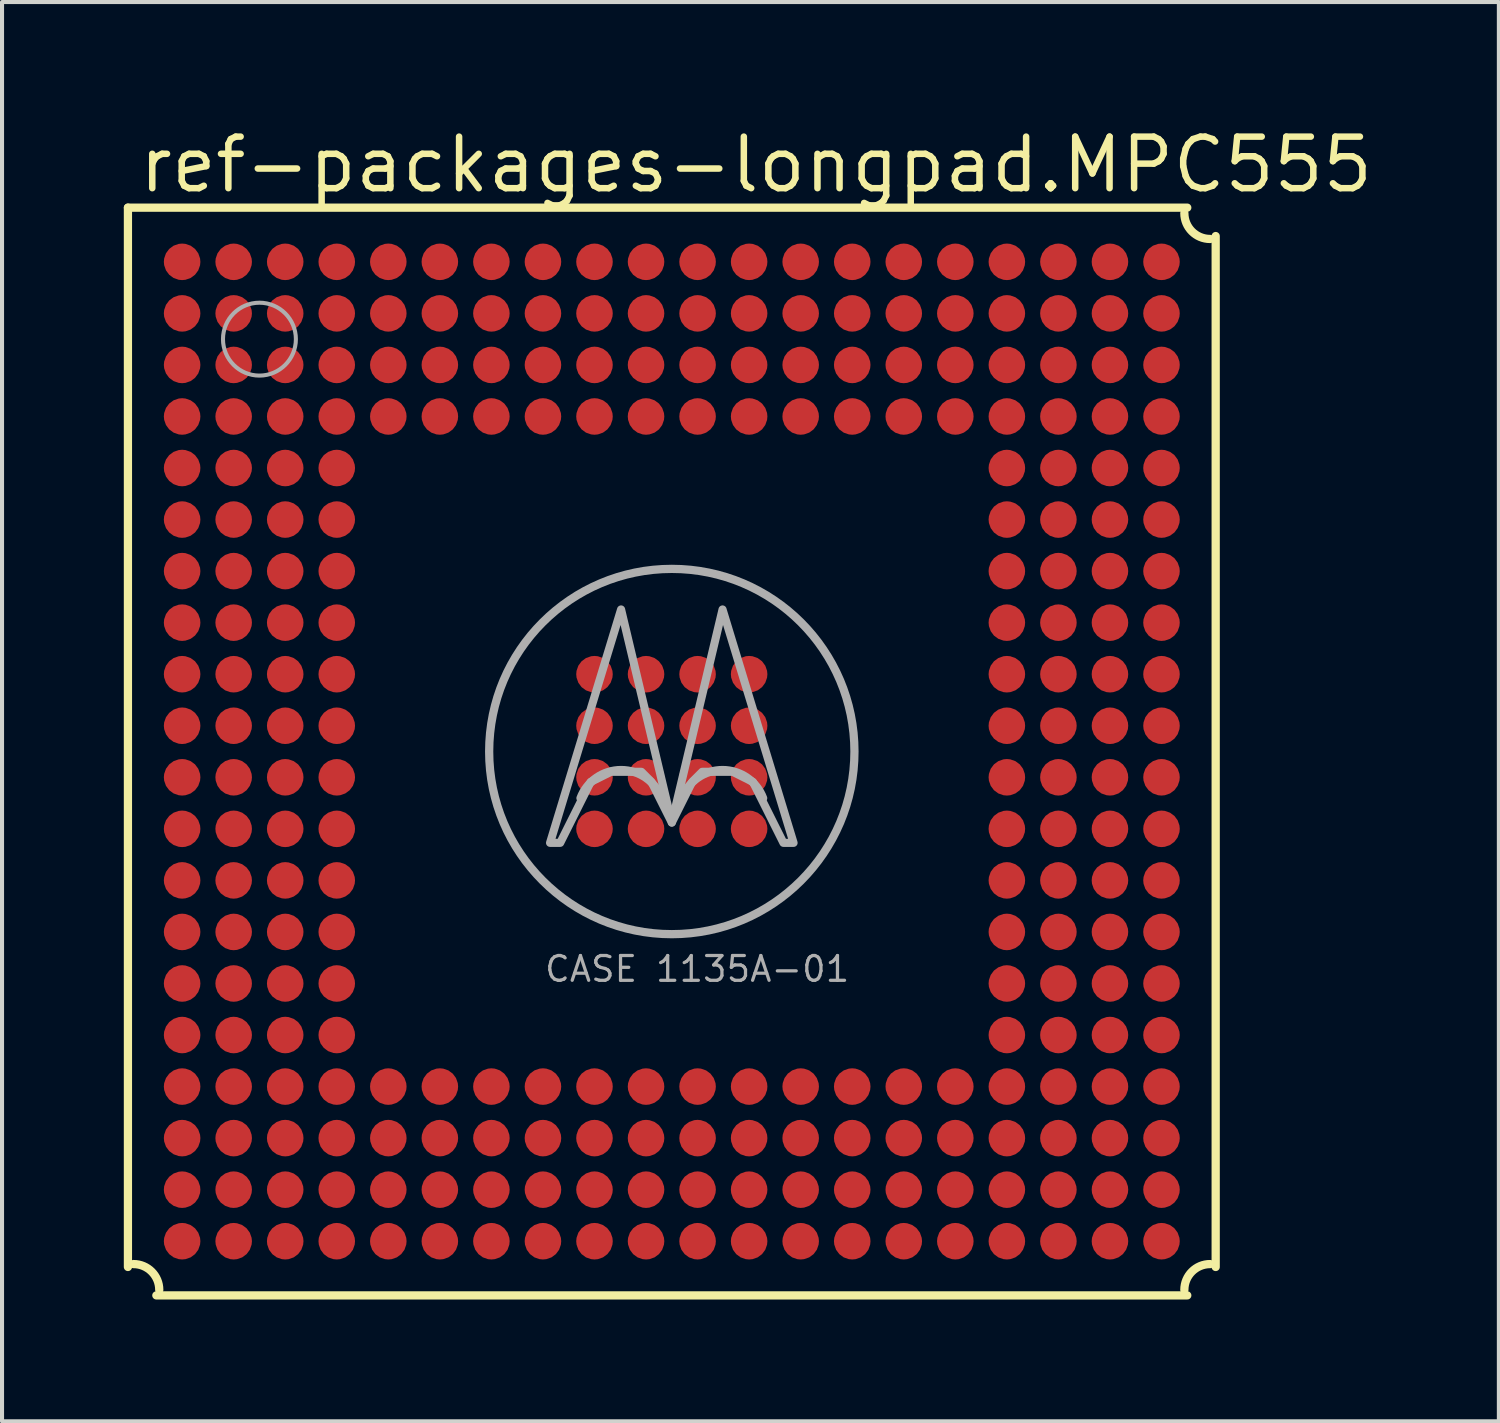
<source format=kicad_pcb>
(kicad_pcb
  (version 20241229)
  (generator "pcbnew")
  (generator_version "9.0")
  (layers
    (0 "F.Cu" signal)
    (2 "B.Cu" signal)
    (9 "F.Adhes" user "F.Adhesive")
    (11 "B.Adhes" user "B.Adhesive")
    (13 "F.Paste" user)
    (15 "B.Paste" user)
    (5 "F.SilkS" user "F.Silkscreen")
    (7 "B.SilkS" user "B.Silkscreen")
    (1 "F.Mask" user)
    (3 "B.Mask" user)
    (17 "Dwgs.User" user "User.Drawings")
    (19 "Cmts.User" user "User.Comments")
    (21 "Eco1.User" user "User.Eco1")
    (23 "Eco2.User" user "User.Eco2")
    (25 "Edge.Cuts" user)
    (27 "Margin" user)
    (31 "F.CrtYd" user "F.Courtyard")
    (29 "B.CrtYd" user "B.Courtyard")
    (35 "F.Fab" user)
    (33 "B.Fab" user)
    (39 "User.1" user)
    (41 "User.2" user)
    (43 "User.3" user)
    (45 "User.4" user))
  (footprint "ref-packages-longpad.MPC555"
    (layer "F.Cu")
    (at 13.502 15.466)
    (property "Reference" "ref-packages-longpad.MPC555" (at -13.208 -13.716 0) (layer "F.SilkS") (effects (font (size 1.27 1.27) (thickness 0.16)) (justify left bottom)))
    (attr smd)
    (fp_line (start -13.4 -13.4) (end -13.4 12.7) (stroke (width 0.203) (type default)) (layer "F.SilkS"))
    (fp_line (start -12.7 13.4) (end 12.7 13.4) (stroke (width 0.203) (type default)) (layer "F.SilkS"))
    (fp_line (start 12.7 -13.4) (end -13.4 -13.4) (stroke (width 0.203) (type default)) (layer "F.SilkS"))
    (fp_line (start 13.4 12.7) (end 13.4 -12.7) (stroke (width 0.203) (type default)) (layer "F.SilkS"))
    (fp_arc (start -13.2632 12.6282) (mid -12.814187 12.814187) (end -12.6282 13.2632) (stroke (width 0.2032) (type default)) (layer "F.SilkS"))
    (fp_arc (start 12.6282 13.2632) (mid 12.814187 12.814187) (end 13.2632 12.6282) (stroke (width 0.2032) (type default)) (layer "F.SilkS"))
    (fp_arc (start 13.2632 -12.6282) (mid 12.814187 -12.814187) (end 12.6282 -13.2632) (stroke (width 0.2032) (type default)) (layer "F.SilkS"))
    (fp_arc (start -2.25 1.1484) (mid -1.25 0.455983) (end -0.25 1.1484) (stroke (width 0.2032) (type default)) (layer "F.Fab"))
    (fp_arc (start 0.25 1.1484) (mid 1.25 0.455983) (end 2.25 1.1484) (stroke (width 0.2032) (type default)) (layer "F.Fab"))
    (fp_circle (center -10.16 -10.16) (end -9.262 -10.16) (stroke (width 0.1) (type default)) (fill no) (layer "F.Fab"))
    (fp_circle (center 0 0) (end 4.5 0) (stroke (width 0.203) (type default)) (fill no) (layer "F.Fab"))
    (fp_poly (pts (xy -3 2.25) (xy -1.25 -3.5) (xy 0 1.75) (xy -0.5 0.75) (xy -0.75 0.5) (xy -1.5 0.5) (xy -2 0.75) (xy -2.75 2.25)) (stroke (width 0.2) (type default)) (fill no) (layer "F.Fab"))
    (fp_poly (pts (xy 3 2.25) (xy 1.25 -3.5) (xy 0 1.75) (xy 0.5 0.75) (xy 0.75 0.5) (xy 1.5 0.5) (xy 2 0.75) (xy 2.75 2.25)) (stroke (width 0.2) (type default)) (fill no) (layer "F.Fab"))
    (fp_text user "CASE 1135A-01" (at -3.175 5.715 0) (layer "F.Fab") (effects (font (size 0.61 0.61) (thickness 0.08)) (justify left bottom)))
    (pad "A1" smd roundrect (at -12.065 -12.065) (size 0.9 0.9) (layers "F.Cu" "F.Mask" "F.Paste") (roundrect_rratio 0.5))
    (pad "A2" smd roundrect (at -10.795 -12.065) (size 0.9 0.9) (layers "F.Cu" "F.Mask" "F.Paste") (roundrect_rratio 0.5))
    (pad "A3" smd roundrect (at -9.525 -12.065) (size 0.9 0.9) (layers "F.Cu" "F.Mask" "F.Paste") (roundrect_rratio 0.5))
    (pad "A4" smd roundrect (at -8.255 -12.065) (size 0.9 0.9) (layers "F.Cu" "F.Mask" "F.Paste") (roundrect_rratio 0.5))
    (pad "A5" smd roundrect (at -6.985 -12.065) (size 0.9 0.9) (layers "F.Cu" "F.Mask" "F.Paste") (roundrect_rratio 0.5))
    (pad "A6" smd roundrect (at -5.715 -12.065) (size 0.9 0.9) (layers "F.Cu" "F.Mask" "F.Paste") (roundrect_rratio 0.5))
    (pad "A7" smd roundrect (at -4.445 -12.065) (size 0.9 0.9) (layers "F.Cu" "F.Mask" "F.Paste") (roundrect_rratio 0.5))
    (pad "A8" smd roundrect (at -3.175 -12.065) (size 0.9 0.9) (layers "F.Cu" "F.Mask" "F.Paste") (roundrect_rratio 0.5))
    (pad "A9" smd roundrect (at -1.905 -12.065) (size 0.9 0.9) (layers "F.Cu" "F.Mask" "F.Paste") (roundrect_rratio 0.5))
    (pad "A10" smd roundrect (at -0.635 -12.065) (size 0.9 0.9) (layers "F.Cu" "F.Mask" "F.Paste") (roundrect_rratio 0.5))
    (pad "A11" smd roundrect (at 0.635 -12.065) (size 0.9 0.9) (layers "F.Cu" "F.Mask" "F.Paste") (roundrect_rratio 0.5))
    (pad "A12" smd roundrect (at 1.905 -12.065) (size 0.9 0.9) (layers "F.Cu" "F.Mask" "F.Paste") (roundrect_rratio 0.5))
    (pad "A13" smd roundrect (at 3.175 -12.065) (size 0.9 0.9) (layers "F.Cu" "F.Mask" "F.Paste") (roundrect_rratio 0.5))
    (pad "A14" smd roundrect (at 4.445 -12.065) (size 0.9 0.9) (layers "F.Cu" "F.Mask" "F.Paste") (roundrect_rratio 0.5))
    (pad "A15" smd roundrect (at 5.715 -12.065) (size 0.9 0.9) (layers "F.Cu" "F.Mask" "F.Paste") (roundrect_rratio 0.5))
    (pad "A16" smd roundrect (at 6.985 -12.065) (size 0.9 0.9) (layers "F.Cu" "F.Mask" "F.Paste") (roundrect_rratio 0.5))
    (pad "A17" smd roundrect (at 8.255 -12.065) (size 0.9 0.9) (layers "F.Cu" "F.Mask" "F.Paste") (roundrect_rratio 0.5))
    (pad "A18" smd roundrect (at 9.525 -12.065) (size 0.9 0.9) (layers "F.Cu" "F.Mask" "F.Paste") (roundrect_rratio 0.5))
    (pad "A19" smd roundrect (at 10.795 -12.065) (size 0.9 0.9) (layers "F.Cu" "F.Mask" "F.Paste") (roundrect_rratio 0.5))
    (pad "A20" smd roundrect (at 12.065 -12.065) (size 0.9 0.9) (layers "F.Cu" "F.Mask" "F.Paste") (roundrect_rratio 0.5))
    (pad "B1" smd roundrect (at -12.065 -10.795) (size 0.9 0.9) (layers "F.Cu" "F.Mask" "F.Paste") (roundrect_rratio 0.5))
    (pad "B2" smd roundrect (at -10.795 -10.795) (size 0.9 0.9) (layers "F.Cu" "F.Mask" "F.Paste") (roundrect_rratio 0.5))
    (pad "B3" smd roundrect (at -9.525 -10.795) (size 0.9 0.9) (layers "F.Cu" "F.Mask" "F.Paste") (roundrect_rratio 0.5))
    (pad "B4" smd roundrect (at -8.255 -10.795) (size 0.9 0.9) (layers "F.Cu" "F.Mask" "F.Paste") (roundrect_rratio 0.5))
    (pad "B5" smd roundrect (at -6.985 -10.795) (size 0.9 0.9) (layers "F.Cu" "F.Mask" "F.Paste") (roundrect_rratio 0.5))
    (pad "B6" smd roundrect (at -5.715 -10.795) (size 0.9 0.9) (layers "F.Cu" "F.Mask" "F.Paste") (roundrect_rratio 0.5))
    (pad "B7" smd roundrect (at -4.445 -10.795) (size 0.9 0.9) (layers "F.Cu" "F.Mask" "F.Paste") (roundrect_rratio 0.5))
    (pad "B8" smd roundrect (at -3.175 -10.795) (size 0.9 0.9) (layers "F.Cu" "F.Mask" "F.Paste") (roundrect_rratio 0.5))
    (pad "B9" smd roundrect (at -1.905 -10.795) (size 0.9 0.9) (layers "F.Cu" "F.Mask" "F.Paste") (roundrect_rratio 0.5))
    (pad "B10" smd roundrect (at -0.635 -10.795) (size 0.9 0.9) (layers "F.Cu" "F.Mask" "F.Paste") (roundrect_rratio 0.5))
    (pad "B11" smd roundrect (at 0.635 -10.795) (size 0.9 0.9) (layers "F.Cu" "F.Mask" "F.Paste") (roundrect_rratio 0.5))
    (pad "B12" smd roundrect (at 1.905 -10.795) (size 0.9 0.9) (layers "F.Cu" "F.Mask" "F.Paste") (roundrect_rratio 0.5))
    (pad "B13" smd roundrect (at 3.175 -10.795) (size 0.9 0.9) (layers "F.Cu" "F.Mask" "F.Paste") (roundrect_rratio 0.5))
    (pad "B14" smd roundrect (at 4.445 -10.795) (size 0.9 0.9) (layers "F.Cu" "F.Mask" "F.Paste") (roundrect_rratio 0.5))
    (pad "B15" smd roundrect (at 5.715 -10.795) (size 0.9 0.9) (layers "F.Cu" "F.Mask" "F.Paste") (roundrect_rratio 0.5))
    (pad "B16" smd roundrect (at 6.985 -10.795) (size 0.9 0.9) (layers "F.Cu" "F.Mask" "F.Paste") (roundrect_rratio 0.5))
    (pad "B17" smd roundrect (at 8.255 -10.795) (size 0.9 0.9) (layers "F.Cu" "F.Mask" "F.Paste") (roundrect_rratio 0.5))
    (pad "B18" smd roundrect (at 9.525 -10.795) (size 0.9 0.9) (layers "F.Cu" "F.Mask" "F.Paste") (roundrect_rratio 0.5))
    (pad "B19" smd roundrect (at 10.795 -10.795) (size 0.9 0.9) (layers "F.Cu" "F.Mask" "F.Paste") (roundrect_rratio 0.5))
    (pad "B20" smd roundrect (at 12.065 -10.795) (size 0.9 0.9) (layers "F.Cu" "F.Mask" "F.Paste") (roundrect_rratio 0.5))
    (pad "C1" smd roundrect (at -12.065 -9.525) (size 0.9 0.9) (layers "F.Cu" "F.Mask" "F.Paste") (roundrect_rratio 0.5))
    (pad "C2" smd roundrect (at -10.795 -9.525) (size 0.9 0.9) (layers "F.Cu" "F.Mask" "F.Paste") (roundrect_rratio 0.5))
    (pad "C3" smd roundrect (at -9.525 -9.525) (size 0.9 0.9) (layers "F.Cu" "F.Mask" "F.Paste") (roundrect_rratio 0.5))
    (pad "C4" smd roundrect (at -8.255 -9.525) (size 0.9 0.9) (layers "F.Cu" "F.Mask" "F.Paste") (roundrect_rratio 0.5))
    (pad "C5" smd roundrect (at -6.985 -9.525) (size 0.9 0.9) (layers "F.Cu" "F.Mask" "F.Paste") (roundrect_rratio 0.5))
    (pad "C6" smd roundrect (at -5.715 -9.525) (size 0.9 0.9) (layers "F.Cu" "F.Mask" "F.Paste") (roundrect_rratio 0.5))
    (pad "C7" smd roundrect (at -4.445 -9.525) (size 0.9 0.9) (layers "F.Cu" "F.Mask" "F.Paste") (roundrect_rratio 0.5))
    (pad "C8" smd roundrect (at -3.175 -9.525) (size 0.9 0.9) (layers "F.Cu" "F.Mask" "F.Paste") (roundrect_rratio 0.5))
    (pad "C9" smd roundrect (at -1.905 -9.525) (size 0.9 0.9) (layers "F.Cu" "F.Mask" "F.Paste") (roundrect_rratio 0.5))
    (pad "C10" smd roundrect (at -0.635 -9.525) (size 0.9 0.9) (layers "F.Cu" "F.Mask" "F.Paste") (roundrect_rratio 0.5))
    (pad "C11" smd roundrect (at 0.635 -9.525) (size 0.9 0.9) (layers "F.Cu" "F.Mask" "F.Paste") (roundrect_rratio 0.5))
    (pad "C12" smd roundrect (at 1.905 -9.525) (size 0.9 0.9) (layers "F.Cu" "F.Mask" "F.Paste") (roundrect_rratio 0.5))
    (pad "C13" smd roundrect (at 3.175 -9.525) (size 0.9 0.9) (layers "F.Cu" "F.Mask" "F.Paste") (roundrect_rratio 0.5))
    (pad "C14" smd roundrect (at 4.445 -9.525) (size 0.9 0.9) (layers "F.Cu" "F.Mask" "F.Paste") (roundrect_rratio 0.5))
    (pad "C15" smd roundrect (at 5.715 -9.525) (size 0.9 0.9) (layers "F.Cu" "F.Mask" "F.Paste") (roundrect_rratio 0.5))
    (pad "C16" smd roundrect (at 6.985 -9.525) (size 0.9 0.9) (layers "F.Cu" "F.Mask" "F.Paste") (roundrect_rratio 0.5))
    (pad "C17" smd roundrect (at 8.255 -9.525) (size 0.9 0.9) (layers "F.Cu" "F.Mask" "F.Paste") (roundrect_rratio 0.5))
    (pad "C18" smd roundrect (at 9.525 -9.525) (size 0.9 0.9) (layers "F.Cu" "F.Mask" "F.Paste") (roundrect_rratio 0.5))
    (pad "C19" smd roundrect (at 10.795 -9.525) (size 0.9 0.9) (layers "F.Cu" "F.Mask" "F.Paste") (roundrect_rratio 0.5))
    (pad "C20" smd roundrect (at 12.065 -9.525) (size 0.9 0.9) (layers "F.Cu" "F.Mask" "F.Paste") (roundrect_rratio 0.5))
    (pad "D1" smd roundrect (at -12.065 -8.255) (size 0.9 0.9) (layers "F.Cu" "F.Mask" "F.Paste") (roundrect_rratio 0.5))
    (pad "D2" smd roundrect (at -10.795 -8.255) (size 0.9 0.9) (layers "F.Cu" "F.Mask" "F.Paste") (roundrect_rratio 0.5))
    (pad "D3" smd roundrect (at -9.525 -8.255) (size 0.9 0.9) (layers "F.Cu" "F.Mask" "F.Paste") (roundrect_rratio 0.5))
    (pad "D4" smd roundrect (at -8.255 -8.255) (size 0.9 0.9) (layers "F.Cu" "F.Mask" "F.Paste") (roundrect_rratio 0.5))
    (pad "D5" smd roundrect (at -6.985 -8.255) (size 0.9 0.9) (layers "F.Cu" "F.Mask" "F.Paste") (roundrect_rratio 0.5))
    (pad "D6" smd roundrect (at -5.715 -8.255) (size 0.9 0.9) (layers "F.Cu" "F.Mask" "F.Paste") (roundrect_rratio 0.5))
    (pad "D7" smd roundrect (at -4.445 -8.255) (size 0.9 0.9) (layers "F.Cu" "F.Mask" "F.Paste") (roundrect_rratio 0.5))
    (pad "D8" smd roundrect (at -3.175 -8.255) (size 0.9 0.9) (layers "F.Cu" "F.Mask" "F.Paste") (roundrect_rratio 0.5))
    (pad "D9" smd roundrect (at -1.905 -8.255) (size 0.9 0.9) (layers "F.Cu" "F.Mask" "F.Paste") (roundrect_rratio 0.5))
    (pad "D10" smd roundrect (at -0.635 -8.255) (size 0.9 0.9) (layers "F.Cu" "F.Mask" "F.Paste") (roundrect_rratio 0.5))
    (pad "D11" smd roundrect (at 0.635 -8.255) (size 0.9 0.9) (layers "F.Cu" "F.Mask" "F.Paste") (roundrect_rratio 0.5))
    (pad "D12" smd roundrect (at 1.905 -8.255) (size 0.9 0.9) (layers "F.Cu" "F.Mask" "F.Paste") (roundrect_rratio 0.5))
    (pad "D13" smd roundrect (at 3.175 -8.255) (size 0.9 0.9) (layers "F.Cu" "F.Mask" "F.Paste") (roundrect_rratio 0.5))
    (pad "D14" smd roundrect (at 4.445 -8.255) (size 0.9 0.9) (layers "F.Cu" "F.Mask" "F.Paste") (roundrect_rratio 0.5))
    (pad "D15" smd roundrect (at 5.715 -8.255) (size 0.9 0.9) (layers "F.Cu" "F.Mask" "F.Paste") (roundrect_rratio 0.5))
    (pad "D16" smd roundrect (at 6.985 -8.255) (size 0.9 0.9) (layers "F.Cu" "F.Mask" "F.Paste") (roundrect_rratio 0.5))
    (pad "D17" smd roundrect (at 8.255 -8.255) (size 0.9 0.9) (layers "F.Cu" "F.Mask" "F.Paste") (roundrect_rratio 0.5))
    (pad "D18" smd roundrect (at 9.525 -8.255) (size 0.9 0.9) (layers "F.Cu" "F.Mask" "F.Paste") (roundrect_rratio 0.5))
    (pad "D19" smd roundrect (at 10.795 -8.255) (size 0.9 0.9) (layers "F.Cu" "F.Mask" "F.Paste") (roundrect_rratio 0.5))
    (pad "D20" smd roundrect (at 12.065 -8.255) (size 0.9 0.9) (layers "F.Cu" "F.Mask" "F.Paste") (roundrect_rratio 0.5))
    (pad "E1" smd roundrect (at -12.065 -6.985) (size 0.9 0.9) (layers "F.Cu" "F.Mask" "F.Paste") (roundrect_rratio 0.5))
    (pad "E2" smd roundrect (at -10.795 -6.985) (size 0.9 0.9) (layers "F.Cu" "F.Mask" "F.Paste") (roundrect_rratio 0.5))
    (pad "E3" smd roundrect (at -9.525 -6.985) (size 0.9 0.9) (layers "F.Cu" "F.Mask" "F.Paste") (roundrect_rratio 0.5))
    (pad "E4" smd roundrect (at -8.255 -6.985) (size 0.9 0.9) (layers "F.Cu" "F.Mask" "F.Paste") (roundrect_rratio 0.5))
    (pad "E17" smd roundrect (at 8.255 -6.985) (size 0.9 0.9) (layers "F.Cu" "F.Mask" "F.Paste") (roundrect_rratio 0.5))
    (pad "E18" smd roundrect (at 9.525 -6.985) (size 0.9 0.9) (layers "F.Cu" "F.Mask" "F.Paste") (roundrect_rratio 0.5))
    (pad "E19" smd roundrect (at 10.795 -6.985) (size 0.9 0.9) (layers "F.Cu" "F.Mask" "F.Paste") (roundrect_rratio 0.5))
    (pad "E20" smd roundrect (at 12.065 -6.985) (size 0.9 0.9) (layers "F.Cu" "F.Mask" "F.Paste") (roundrect_rratio 0.5))
    (pad "F1" smd roundrect (at -12.065 -5.715) (size 0.9 0.9) (layers "F.Cu" "F.Mask" "F.Paste") (roundrect_rratio 0.5))
    (pad "F2" smd roundrect (at -10.795 -5.715) (size 0.9 0.9) (layers "F.Cu" "F.Mask" "F.Paste") (roundrect_rratio 0.5))
    (pad "F3" smd roundrect (at -9.525 -5.715) (size 0.9 0.9) (layers "F.Cu" "F.Mask" "F.Paste") (roundrect_rratio 0.5))
    (pad "F4" smd roundrect (at -8.255 -5.715) (size 0.9 0.9) (layers "F.Cu" "F.Mask" "F.Paste") (roundrect_rratio 0.5))
    (pad "F17" smd roundrect (at 8.255 -5.715) (size 0.9 0.9) (layers "F.Cu" "F.Mask" "F.Paste") (roundrect_rratio 0.5))
    (pad "F18" smd roundrect (at 9.525 -5.715) (size 0.9 0.9) (layers "F.Cu" "F.Mask" "F.Paste") (roundrect_rratio 0.5))
    (pad "F19" smd roundrect (at 10.795 -5.715) (size 0.9 0.9) (layers "F.Cu" "F.Mask" "F.Paste") (roundrect_rratio 0.5))
    (pad "F20" smd roundrect (at 12.065 -5.715) (size 0.9 0.9) (layers "F.Cu" "F.Mask" "F.Paste") (roundrect_rratio 0.5))
    (pad "G1" smd roundrect (at -12.065 -4.445) (size 0.9 0.9) (layers "F.Cu" "F.Mask" "F.Paste") (roundrect_rratio 0.5))
    (pad "G2" smd roundrect (at -10.795 -4.445) (size 0.9 0.9) (layers "F.Cu" "F.Mask" "F.Paste") (roundrect_rratio 0.5))
    (pad "G3" smd roundrect (at -9.525 -4.445) (size 0.9 0.9) (layers "F.Cu" "F.Mask" "F.Paste") (roundrect_rratio 0.5))
    (pad "G4" smd roundrect (at -8.255 -4.445) (size 0.9 0.9) (layers "F.Cu" "F.Mask" "F.Paste") (roundrect_rratio 0.5))
    (pad "G17" smd roundrect (at 8.255 -4.445) (size 0.9 0.9) (layers "F.Cu" "F.Mask" "F.Paste") (roundrect_rratio 0.5))
    (pad "G18" smd roundrect (at 9.525 -4.445) (size 0.9 0.9) (layers "F.Cu" "F.Mask" "F.Paste") (roundrect_rratio 0.5))
    (pad "G19" smd roundrect (at 10.795 -4.445) (size 0.9 0.9) (layers "F.Cu" "F.Mask" "F.Paste") (roundrect_rratio 0.5))
    (pad "G20" smd roundrect (at 12.065 -4.445) (size 0.9 0.9) (layers "F.Cu" "F.Mask" "F.Paste") (roundrect_rratio 0.5))
    (pad "H1" smd roundrect (at -12.065 -3.175) (size 0.9 0.9) (layers "F.Cu" "F.Mask" "F.Paste") (roundrect_rratio 0.5))
    (pad "H2" smd roundrect (at -10.795 -3.175) (size 0.9 0.9) (layers "F.Cu" "F.Mask" "F.Paste") (roundrect_rratio 0.5))
    (pad "H3" smd roundrect (at -9.525 -3.175) (size 0.9 0.9) (layers "F.Cu" "F.Mask" "F.Paste") (roundrect_rratio 0.5))
    (pad "H4" smd roundrect (at -8.255 -3.175) (size 0.9 0.9) (layers "F.Cu" "F.Mask" "F.Paste") (roundrect_rratio 0.5))
    (pad "H17" smd roundrect (at 8.255 -3.175) (size 0.9 0.9) (layers "F.Cu" "F.Mask" "F.Paste") (roundrect_rratio 0.5))
    (pad "H18" smd roundrect (at 9.525 -3.175) (size 0.9 0.9) (layers "F.Cu" "F.Mask" "F.Paste") (roundrect_rratio 0.5))
    (pad "H19" smd roundrect (at 10.795 -3.175) (size 0.9 0.9) (layers "F.Cu" "F.Mask" "F.Paste") (roundrect_rratio 0.5))
    (pad "H20" smd roundrect (at 12.065 -3.175) (size 0.9 0.9) (layers "F.Cu" "F.Mask" "F.Paste") (roundrect_rratio 0.5))
    (pad "J1" smd roundrect (at -12.065 -1.905) (size 0.9 0.9) (layers "F.Cu" "F.Mask" "F.Paste") (roundrect_rratio 0.5))
    (pad "J2" smd roundrect (at -10.795 -1.905) (size 0.9 0.9) (layers "F.Cu" "F.Mask" "F.Paste") (roundrect_rratio 0.5))
    (pad "J3" smd roundrect (at -9.525 -1.905) (size 0.9 0.9) (layers "F.Cu" "F.Mask" "F.Paste") (roundrect_rratio 0.5))
    (pad "J4" smd roundrect (at -8.255 -1.905) (size 0.9 0.9) (layers "F.Cu" "F.Mask" "F.Paste") (roundrect_rratio 0.5))
    (pad "J9" smd roundrect (at -1.905 -1.905) (size 0.9 0.9) (layers "F.Cu" "F.Mask" "F.Paste") (roundrect_rratio 0.5))
    (pad "J10" smd roundrect (at -0.635 -1.905) (size 0.9 0.9) (layers "F.Cu" "F.Mask" "F.Paste") (roundrect_rratio 0.5))
    (pad "J11" smd roundrect (at 0.635 -1.905) (size 0.9 0.9) (layers "F.Cu" "F.Mask" "F.Paste") (roundrect_rratio 0.5))
    (pad "J12" smd roundrect (at 1.905 -1.905) (size 0.9 0.9) (layers "F.Cu" "F.Mask" "F.Paste") (roundrect_rratio 0.5))
    (pad "J17" smd roundrect (at 8.255 -1.905) (size 0.9 0.9) (layers "F.Cu" "F.Mask" "F.Paste") (roundrect_rratio 0.5))
    (pad "J18" smd roundrect (at 9.525 -1.905) (size 0.9 0.9) (layers "F.Cu" "F.Mask" "F.Paste") (roundrect_rratio 0.5))
    (pad "J19" smd roundrect (at 10.795 -1.905) (size 0.9 0.9) (layers "F.Cu" "F.Mask" "F.Paste") (roundrect_rratio 0.5))
    (pad "J20" smd roundrect (at 12.065 -1.905) (size 0.9 0.9) (layers "F.Cu" "F.Mask" "F.Paste") (roundrect_rratio 0.5))
    (pad "K1" smd roundrect (at -12.065 -0.635) (size 0.9 0.9) (layers "F.Cu" "F.Mask" "F.Paste") (roundrect_rratio 0.5))
    (pad "K2" smd roundrect (at -10.795 -0.635) (size 0.9 0.9) (layers "F.Cu" "F.Mask" "F.Paste") (roundrect_rratio 0.5))
    (pad "K3" smd roundrect (at -9.525 -0.635) (size 0.9 0.9) (layers "F.Cu" "F.Mask" "F.Paste") (roundrect_rratio 0.5))
    (pad "K4" smd roundrect (at -8.255 -0.635) (size 0.9 0.9) (layers "F.Cu" "F.Mask" "F.Paste") (roundrect_rratio 0.5))
    (pad "K9" smd roundrect (at -1.905 -0.635) (size 0.9 0.9) (layers "F.Cu" "F.Mask" "F.Paste") (roundrect_rratio 0.5))
    (pad "K10" smd roundrect (at -0.635 -0.635) (size 0.9 0.9) (layers "F.Cu" "F.Mask" "F.Paste") (roundrect_rratio 0.5))
    (pad "K11" smd roundrect (at 0.635 -0.635) (size 0.9 0.9) (layers "F.Cu" "F.Mask" "F.Paste") (roundrect_rratio 0.5))
    (pad "K12" smd roundrect (at 1.905 -0.635) (size 0.9 0.9) (layers "F.Cu" "F.Mask" "F.Paste") (roundrect_rratio 0.5))
    (pad "K17" smd roundrect (at 8.255 -0.635) (size 0.9 0.9) (layers "F.Cu" "F.Mask" "F.Paste") (roundrect_rratio 0.5))
    (pad "K18" smd roundrect (at 9.525 -0.635) (size 0.9 0.9) (layers "F.Cu" "F.Mask" "F.Paste") (roundrect_rratio 0.5))
    (pad "K19" smd roundrect (at 10.795 -0.635) (size 0.9 0.9) (layers "F.Cu" "F.Mask" "F.Paste") (roundrect_rratio 0.5))
    (pad "K20" smd roundrect (at 12.065 -0.635) (size 0.9 0.9) (layers "F.Cu" "F.Mask" "F.Paste") (roundrect_rratio 0.5))
    (pad "L1" smd roundrect (at -12.065 0.635) (size 0.9 0.9) (layers "F.Cu" "F.Mask" "F.Paste") (roundrect_rratio 0.5))
    (pad "L2" smd roundrect (at -10.795 0.635) (size 0.9 0.9) (layers "F.Cu" "F.Mask" "F.Paste") (roundrect_rratio 0.5))
    (pad "L3" smd roundrect (at -9.525 0.635) (size 0.9 0.9) (layers "F.Cu" "F.Mask" "F.Paste") (roundrect_rratio 0.5))
    (pad "L4" smd roundrect (at -8.255 0.635) (size 0.9 0.9) (layers "F.Cu" "F.Mask" "F.Paste") (roundrect_rratio 0.5))
    (pad "L9" smd roundrect (at -1.905 0.635) (size 0.9 0.9) (layers "F.Cu" "F.Mask" "F.Paste") (roundrect_rratio 0.5))
    (pad "L10" smd roundrect (at -0.635 0.635) (size 0.9 0.9) (layers "F.Cu" "F.Mask" "F.Paste") (roundrect_rratio 0.5))
    (pad "L11" smd roundrect (at 0.635 0.635) (size 0.9 0.9) (layers "F.Cu" "F.Mask" "F.Paste") (roundrect_rratio 0.5))
    (pad "L12" smd roundrect (at 1.905 0.635) (size 0.9 0.9) (layers "F.Cu" "F.Mask" "F.Paste") (roundrect_rratio 0.5))
    (pad "L17" smd roundrect (at 8.255 0.635) (size 0.9 0.9) (layers "F.Cu" "F.Mask" "F.Paste") (roundrect_rratio 0.5))
    (pad "L18" smd roundrect (at 9.525 0.635) (size 0.9 0.9) (layers "F.Cu" "F.Mask" "F.Paste") (roundrect_rratio 0.5))
    (pad "L19" smd roundrect (at 10.795 0.635) (size 0.9 0.9) (layers "F.Cu" "F.Mask" "F.Paste") (roundrect_rratio 0.5))
    (pad "L20" smd roundrect (at 12.065 0.635) (size 0.9 0.9) (layers "F.Cu" "F.Mask" "F.Paste") (roundrect_rratio 0.5))
    (pad "M1" smd roundrect (at -12.065 1.905) (size 0.9 0.9) (layers "F.Cu" "F.Mask" "F.Paste") (roundrect_rratio 0.5))
    (pad "M2" smd roundrect (at -10.795 1.905) (size 0.9 0.9) (layers "F.Cu" "F.Mask" "F.Paste") (roundrect_rratio 0.5))
    (pad "M3" smd roundrect (at -9.525 1.905) (size 0.9 0.9) (layers "F.Cu" "F.Mask" "F.Paste") (roundrect_rratio 0.5))
    (pad "M4" smd roundrect (at -8.255 1.905) (size 0.9 0.9) (layers "F.Cu" "F.Mask" "F.Paste") (roundrect_rratio 0.5))
    (pad "M9" smd roundrect (at -1.905 1.905) (size 0.9 0.9) (layers "F.Cu" "F.Mask" "F.Paste") (roundrect_rratio 0.5))
    (pad "M10" smd roundrect (at -0.635 1.905) (size 0.9 0.9) (layers "F.Cu" "F.Mask" "F.Paste") (roundrect_rratio 0.5))
    (pad "M11" smd roundrect (at 0.635 1.905) (size 0.9 0.9) (layers "F.Cu" "F.Mask" "F.Paste") (roundrect_rratio 0.5))
    (pad "M12" smd roundrect (at 1.905 1.905) (size 0.9 0.9) (layers "F.Cu" "F.Mask" "F.Paste") (roundrect_rratio 0.5))
    (pad "M17" smd roundrect (at 8.255 1.905) (size 0.9 0.9) (layers "F.Cu" "F.Mask" "F.Paste") (roundrect_rratio 0.5))
    (pad "M18" smd roundrect (at 9.525 1.905) (size 0.9 0.9) (layers "F.Cu" "F.Mask" "F.Paste") (roundrect_rratio 0.5))
    (pad "M19" smd roundrect (at 10.795 1.905) (size 0.9 0.9) (layers "F.Cu" "F.Mask" "F.Paste") (roundrect_rratio 0.5))
    (pad "M20" smd roundrect (at 12.065 1.905) (size 0.9 0.9) (layers "F.Cu" "F.Mask" "F.Paste") (roundrect_rratio 0.5))
    (pad "N1" smd roundrect (at -12.065 3.175) (size 0.9 0.9) (layers "F.Cu" "F.Mask" "F.Paste") (roundrect_rratio 0.5))
    (pad "N2" smd roundrect (at -10.795 3.175) (size 0.9 0.9) (layers "F.Cu" "F.Mask" "F.Paste") (roundrect_rratio 0.5))
    (pad "N3" smd roundrect (at -9.525 3.175) (size 0.9 0.9) (layers "F.Cu" "F.Mask" "F.Paste") (roundrect_rratio 0.5))
    (pad "N4" smd roundrect (at -8.255 3.175) (size 0.9 0.9) (layers "F.Cu" "F.Mask" "F.Paste") (roundrect_rratio 0.5))
    (pad "N17" smd roundrect (at 8.255 3.175) (size 0.9 0.9) (layers "F.Cu" "F.Mask" "F.Paste") (roundrect_rratio 0.5))
    (pad "N18" smd roundrect (at 9.525 3.175) (size 0.9 0.9) (layers "F.Cu" "F.Mask" "F.Paste") (roundrect_rratio 0.5))
    (pad "N19" smd roundrect (at 10.795 3.175) (size 0.9 0.9) (layers "F.Cu" "F.Mask" "F.Paste") (roundrect_rratio 0.5))
    (pad "N20" smd roundrect (at 12.065 3.175) (size 0.9 0.9) (layers "F.Cu" "F.Mask" "F.Paste") (roundrect_rratio 0.5))
    (pad "P1" smd roundrect (at -12.065 4.445) (size 0.9 0.9) (layers "F.Cu" "F.Mask" "F.Paste") (roundrect_rratio 0.5))
    (pad "P2" smd roundrect (at -10.795 4.445) (size 0.9 0.9) (layers "F.Cu" "F.Mask" "F.Paste") (roundrect_rratio 0.5))
    (pad "P3" smd roundrect (at -9.525 4.445) (size 0.9 0.9) (layers "F.Cu" "F.Mask" "F.Paste") (roundrect_rratio 0.5))
    (pad "P4" smd roundrect (at -8.255 4.445) (size 0.9 0.9) (layers "F.Cu" "F.Mask" "F.Paste") (roundrect_rratio 0.5))
    (pad "P17" smd roundrect (at 8.255 4.445) (size 0.9 0.9) (layers "F.Cu" "F.Mask" "F.Paste") (roundrect_rratio 0.5))
    (pad "P18" smd roundrect (at 9.525 4.445) (size 0.9 0.9) (layers "F.Cu" "F.Mask" "F.Paste") (roundrect_rratio 0.5))
    (pad "P19" smd roundrect (at 10.795 4.445) (size 0.9 0.9) (layers "F.Cu" "F.Mask" "F.Paste") (roundrect_rratio 0.5))
    (pad "P20" smd roundrect (at 12.065 4.445) (size 0.9 0.9) (layers "F.Cu" "F.Mask" "F.Paste") (roundrect_rratio 0.5))
    (pad "R1" smd roundrect (at -12.065 5.715) (size 0.9 0.9) (layers "F.Cu" "F.Mask" "F.Paste") (roundrect_rratio 0.5))
    (pad "R2" smd roundrect (at -10.795 5.715) (size 0.9 0.9) (layers "F.Cu" "F.Mask" "F.Paste") (roundrect_rratio 0.5))
    (pad "R3" smd roundrect (at -9.525 5.715) (size 0.9 0.9) (layers "F.Cu" "F.Mask" "F.Paste") (roundrect_rratio 0.5))
    (pad "R4" smd roundrect (at -8.255 5.715) (size 0.9 0.9) (layers "F.Cu" "F.Mask" "F.Paste") (roundrect_rratio 0.5))
    (pad "R17" smd roundrect (at 8.255 5.715) (size 0.9 0.9) (layers "F.Cu" "F.Mask" "F.Paste") (roundrect_rratio 0.5))
    (pad "R18" smd roundrect (at 9.525 5.715) (size 0.9 0.9) (layers "F.Cu" "F.Mask" "F.Paste") (roundrect_rratio 0.5))
    (pad "R19" smd roundrect (at 10.795 5.715) (size 0.9 0.9) (layers "F.Cu" "F.Mask" "F.Paste") (roundrect_rratio 0.5))
    (pad "R20" smd roundrect (at 12.065 5.715) (size 0.9 0.9) (layers "F.Cu" "F.Mask" "F.Paste") (roundrect_rratio 0.5))
    (pad "T1" smd roundrect (at -12.065 6.985) (size 0.9 0.9) (layers "F.Cu" "F.Mask" "F.Paste") (roundrect_rratio 0.5))
    (pad "T2" smd roundrect (at -10.795 6.985) (size 0.9 0.9) (layers "F.Cu" "F.Mask" "F.Paste") (roundrect_rratio 0.5))
    (pad "T3" smd roundrect (at -9.525 6.985) (size 0.9 0.9) (layers "F.Cu" "F.Mask" "F.Paste") (roundrect_rratio 0.5))
    (pad "T4" smd roundrect (at -8.255 6.985) (size 0.9 0.9) (layers "F.Cu" "F.Mask" "F.Paste") (roundrect_rratio 0.5))
    (pad "T17" smd roundrect (at 8.255 6.985) (size 0.9 0.9) (layers "F.Cu" "F.Mask" "F.Paste") (roundrect_rratio 0.5))
    (pad "T18" smd roundrect (at 9.525 6.985) (size 0.9 0.9) (layers "F.Cu" "F.Mask" "F.Paste") (roundrect_rratio 0.5))
    (pad "T19" smd roundrect (at 10.795 6.985) (size 0.9 0.9) (layers "F.Cu" "F.Mask" "F.Paste") (roundrect_rratio 0.5))
    (pad "T20" smd roundrect (at 12.065 6.985) (size 0.9 0.9) (layers "F.Cu" "F.Mask" "F.Paste") (roundrect_rratio 0.5))
    (pad "U1" smd roundrect (at -12.065 8.255) (size 0.9 0.9) (layers "F.Cu" "F.Mask" "F.Paste") (roundrect_rratio 0.5))
    (pad "U2" smd roundrect (at -10.795 8.255) (size 0.9 0.9) (layers "F.Cu" "F.Mask" "F.Paste") (roundrect_rratio 0.5))
    (pad "U3" smd roundrect (at -9.525 8.255) (size 0.9 0.9) (layers "F.Cu" "F.Mask" "F.Paste") (roundrect_rratio 0.5))
    (pad "U4" smd roundrect (at -8.255 8.255) (size 0.9 0.9) (layers "F.Cu" "F.Mask" "F.Paste") (roundrect_rratio 0.5))
    (pad "U5" smd roundrect (at -6.985 8.255) (size 0.9 0.9) (layers "F.Cu" "F.Mask" "F.Paste") (roundrect_rratio 0.5))
    (pad "U6" smd roundrect (at -5.715 8.255) (size 0.9 0.9) (layers "F.Cu" "F.Mask" "F.Paste") (roundrect_rratio 0.5))
    (pad "U7" smd roundrect (at -4.445 8.255) (size 0.9 0.9) (layers "F.Cu" "F.Mask" "F.Paste") (roundrect_rratio 0.5))
    (pad "U8" smd roundrect (at -3.175 8.255) (size 0.9 0.9) (layers "F.Cu" "F.Mask" "F.Paste") (roundrect_rratio 0.5))
    (pad "U9" smd roundrect (at -1.905 8.255) (size 0.9 0.9) (layers "F.Cu" "F.Mask" "F.Paste") (roundrect_rratio 0.5))
    (pad "U10" smd roundrect (at -0.635 8.255) (size 0.9 0.9) (layers "F.Cu" "F.Mask" "F.Paste") (roundrect_rratio 0.5))
    (pad "U11" smd roundrect (at 0.635 8.255) (size 0.9 0.9) (layers "F.Cu" "F.Mask" "F.Paste") (roundrect_rratio 0.5))
    (pad "U12" smd roundrect (at 1.905 8.255) (size 0.9 0.9) (layers "F.Cu" "F.Mask" "F.Paste") (roundrect_rratio 0.5))
    (pad "U13" smd roundrect (at 3.175 8.255) (size 0.9 0.9) (layers "F.Cu" "F.Mask" "F.Paste") (roundrect_rratio 0.5))
    (pad "U14" smd roundrect (at 4.445 8.255) (size 0.9 0.9) (layers "F.Cu" "F.Mask" "F.Paste") (roundrect_rratio 0.5))
    (pad "U15" smd roundrect (at 5.715 8.255) (size 0.9 0.9) (layers "F.Cu" "F.Mask" "F.Paste") (roundrect_rratio 0.5))
    (pad "U16" smd roundrect (at 6.985 8.255) (size 0.9 0.9) (layers "F.Cu" "F.Mask" "F.Paste") (roundrect_rratio 0.5))
    (pad "U17" smd roundrect (at 8.255 8.255) (size 0.9 0.9) (layers "F.Cu" "F.Mask" "F.Paste") (roundrect_rratio 0.5))
    (pad "U18" smd roundrect (at 9.525 8.255) (size 0.9 0.9) (layers "F.Cu" "F.Mask" "F.Paste") (roundrect_rratio 0.5))
    (pad "U19" smd roundrect (at 10.795 8.255) (size 0.9 0.9) (layers "F.Cu" "F.Mask" "F.Paste") (roundrect_rratio 0.5))
    (pad "U20" smd roundrect (at 12.065 8.255) (size 0.9 0.9) (layers "F.Cu" "F.Mask" "F.Paste") (roundrect_rratio 0.5))
    (pad "V1" smd roundrect (at -12.065 9.525) (size 0.9 0.9) (layers "F.Cu" "F.Mask" "F.Paste") (roundrect_rratio 0.5))
    (pad "V2" smd roundrect (at -10.795 9.525) (size 0.9 0.9) (layers "F.Cu" "F.Mask" "F.Paste") (roundrect_rratio 0.5))
    (pad "V3" smd roundrect (at -9.525 9.525) (size 0.9 0.9) (layers "F.Cu" "F.Mask" "F.Paste") (roundrect_rratio 0.5))
    (pad "V4" smd roundrect (at -8.255 9.525) (size 0.9 0.9) (layers "F.Cu" "F.Mask" "F.Paste") (roundrect_rratio 0.5))
    (pad "V5" smd roundrect (at -6.985 9.525) (size 0.9 0.9) (layers "F.Cu" "F.Mask" "F.Paste") (roundrect_rratio 0.5))
    (pad "V6" smd roundrect (at -5.715 9.525) (size 0.9 0.9) (layers "F.Cu" "F.Mask" "F.Paste") (roundrect_rratio 0.5))
    (pad "V7" smd roundrect (at -4.445 9.525) (size 0.9 0.9) (layers "F.Cu" "F.Mask" "F.Paste") (roundrect_rratio 0.5))
    (pad "V8" smd roundrect (at -3.175 9.525) (size 0.9 0.9) (layers "F.Cu" "F.Mask" "F.Paste") (roundrect_rratio 0.5))
    (pad "V9" smd roundrect (at -1.905 9.525) (size 0.9 0.9) (layers "F.Cu" "F.Mask" "F.Paste") (roundrect_rratio 0.5))
    (pad "V10" smd roundrect (at -0.635 9.525) (size 0.9 0.9) (layers "F.Cu" "F.Mask" "F.Paste") (roundrect_rratio 0.5))
    (pad "V11" smd roundrect (at 0.635 9.525) (size 0.9 0.9) (layers "F.Cu" "F.Mask" "F.Paste") (roundrect_rratio 0.5))
    (pad "V12" smd roundrect (at 1.905 9.525) (size 0.9 0.9) (layers "F.Cu" "F.Mask" "F.Paste") (roundrect_rratio 0.5))
    (pad "V13" smd roundrect (at 3.175 9.525) (size 0.9 0.9) (layers "F.Cu" "F.Mask" "F.Paste") (roundrect_rratio 0.5))
    (pad "V14" smd roundrect (at 4.445 9.525) (size 0.9 0.9) (layers "F.Cu" "F.Mask" "F.Paste") (roundrect_rratio 0.5))
    (pad "V15" smd roundrect (at 5.715 9.525) (size 0.9 0.9) (layers "F.Cu" "F.Mask" "F.Paste") (roundrect_rratio 0.5))
    (pad "V16" smd roundrect (at 6.985 9.525) (size 0.9 0.9) (layers "F.Cu" "F.Mask" "F.Paste") (roundrect_rratio 0.5))
    (pad "V17" smd roundrect (at 8.255 9.525) (size 0.9 0.9) (layers "F.Cu" "F.Mask" "F.Paste") (roundrect_rratio 0.5))
    (pad "V18" smd roundrect (at 9.525 9.525) (size 0.9 0.9) (layers "F.Cu" "F.Mask" "F.Paste") (roundrect_rratio 0.5))
    (pad "V19" smd roundrect (at 10.795 9.525) (size 0.9 0.9) (layers "F.Cu" "F.Mask" "F.Paste") (roundrect_rratio 0.5))
    (pad "V20" smd roundrect (at 12.065 9.525) (size 0.9 0.9) (layers "F.Cu" "F.Mask" "F.Paste") (roundrect_rratio 0.5))
    (pad "W1" smd roundrect (at -12.065 10.795) (size 0.9 0.9) (layers "F.Cu" "F.Mask" "F.Paste") (roundrect_rratio 0.5))
    (pad "W2" smd roundrect (at -10.795 10.795) (size 0.9 0.9) (layers "F.Cu" "F.Mask" "F.Paste") (roundrect_rratio 0.5))
    (pad "W3" smd roundrect (at -9.525 10.795) (size 0.9 0.9) (layers "F.Cu" "F.Mask" "F.Paste") (roundrect_rratio 0.5))
    (pad "W4" smd roundrect (at -8.255 10.795) (size 0.9 0.9) (layers "F.Cu" "F.Mask" "F.Paste") (roundrect_rratio 0.5))
    (pad "W5" smd roundrect (at -6.985 10.795) (size 0.9 0.9) (layers "F.Cu" "F.Mask" "F.Paste") (roundrect_rratio 0.5))
    (pad "W6" smd roundrect (at -5.715 10.795) (size 0.9 0.9) (layers "F.Cu" "F.Mask" "F.Paste") (roundrect_rratio 0.5))
    (pad "W7" smd roundrect (at -4.445 10.795) (size 0.9 0.9) (layers "F.Cu" "F.Mask" "F.Paste") (roundrect_rratio 0.5))
    (pad "W8" smd roundrect (at -3.175 10.795) (size 0.9 0.9) (layers "F.Cu" "F.Mask" "F.Paste") (roundrect_rratio 0.5))
    (pad "W9" smd roundrect (at -1.905 10.795) (size 0.9 0.9) (layers "F.Cu" "F.Mask" "F.Paste") (roundrect_rratio 0.5))
    (pad "W10" smd roundrect (at -0.635 10.795) (size 0.9 0.9) (layers "F.Cu" "F.Mask" "F.Paste") (roundrect_rratio 0.5))
    (pad "W11" smd roundrect (at 0.635 10.795) (size 0.9 0.9) (layers "F.Cu" "F.Mask" "F.Paste") (roundrect_rratio 0.5))
    (pad "W12" smd roundrect (at 1.905 10.795) (size 0.9 0.9) (layers "F.Cu" "F.Mask" "F.Paste") (roundrect_rratio 0.5))
    (pad "W13" smd roundrect (at 3.175 10.795) (size 0.9 0.9) (layers "F.Cu" "F.Mask" "F.Paste") (roundrect_rratio 0.5))
    (pad "W14" smd roundrect (at 4.445 10.795) (size 0.9 0.9) (layers "F.Cu" "F.Mask" "F.Paste") (roundrect_rratio 0.5))
    (pad "W15" smd roundrect (at 5.715 10.795) (size 0.9 0.9) (layers "F.Cu" "F.Mask" "F.Paste") (roundrect_rratio 0.5))
    (pad "W16" smd roundrect (at 6.985 10.795) (size 0.9 0.9) (layers "F.Cu" "F.Mask" "F.Paste") (roundrect_rratio 0.5))
    (pad "W17" smd roundrect (at 8.255 10.795) (size 0.9 0.9) (layers "F.Cu" "F.Mask" "F.Paste") (roundrect_rratio 0.5))
    (pad "W18" smd roundrect (at 9.525 10.795) (size 0.9 0.9) (layers "F.Cu" "F.Mask" "F.Paste") (roundrect_rratio 0.5))
    (pad "W19" smd roundrect (at 10.795 10.795) (size 0.9 0.9) (layers "F.Cu" "F.Mask" "F.Paste") (roundrect_rratio 0.5))
    (pad "W20" smd roundrect (at 12.065 10.795) (size 0.9 0.9) (layers "F.Cu" "F.Mask" "F.Paste") (roundrect_rratio 0.5))
    (pad "Y1" smd roundrect (at -12.065 12.065) (size 0.9 0.9) (layers "F.Cu" "F.Mask" "F.Paste") (roundrect_rratio 0.5))
    (pad "Y2" smd roundrect (at -10.795 12.065) (size 0.9 0.9) (layers "F.Cu" "F.Mask" "F.Paste") (roundrect_rratio 0.5))
    (pad "Y3" smd roundrect (at -9.525 12.065) (size 0.9 0.9) (layers "F.Cu" "F.Mask" "F.Paste") (roundrect_rratio 0.5))
    (pad "Y4" smd roundrect (at -8.255 12.065) (size 0.9 0.9) (layers "F.Cu" "F.Mask" "F.Paste") (roundrect_rratio 0.5))
    (pad "Y5" smd roundrect (at -6.985 12.065) (size 0.9 0.9) (layers "F.Cu" "F.Mask" "F.Paste") (roundrect_rratio 0.5))
    (pad "Y6" smd roundrect (at -5.715 12.065) (size 0.9 0.9) (layers "F.Cu" "F.Mask" "F.Paste") (roundrect_rratio 0.5))
    (pad "Y7" smd roundrect (at -4.445 12.065) (size 0.9 0.9) (layers "F.Cu" "F.Mask" "F.Paste") (roundrect_rratio 0.5))
    (pad "Y8" smd roundrect (at -3.175 12.065) (size 0.9 0.9) (layers "F.Cu" "F.Mask" "F.Paste") (roundrect_rratio 0.5))
    (pad "Y9" smd roundrect (at -1.905 12.065) (size 0.9 0.9) (layers "F.Cu" "F.Mask" "F.Paste") (roundrect_rratio 0.5))
    (pad "Y10" smd roundrect (at -0.635 12.065) (size 0.9 0.9) (layers "F.Cu" "F.Mask" "F.Paste") (roundrect_rratio 0.5))
    (pad "Y11" smd roundrect (at 0.635 12.065) (size 0.9 0.9) (layers "F.Cu" "F.Mask" "F.Paste") (roundrect_rratio 0.5))
    (pad "Y12" smd roundrect (at 1.905 12.065) (size 0.9 0.9) (layers "F.Cu" "F.Mask" "F.Paste") (roundrect_rratio 0.5))
    (pad "Y13" smd roundrect (at 3.175 12.065) (size 0.9 0.9) (layers "F.Cu" "F.Mask" "F.Paste") (roundrect_rratio 0.5))
    (pad "Y14" smd roundrect (at 4.445 12.065) (size 0.9 0.9) (layers "F.Cu" "F.Mask" "F.Paste") (roundrect_rratio 0.5))
    (pad "Y15" smd roundrect (at 5.715 12.065) (size 0.9 0.9) (layers "F.Cu" "F.Mask" "F.Paste") (roundrect_rratio 0.5))
    (pad "Y16" smd roundrect (at 6.985 12.065) (size 0.9 0.9) (layers "F.Cu" "F.Mask" "F.Paste") (roundrect_rratio 0.5))
    (pad "Y17" smd roundrect (at 8.255 12.065) (size 0.9 0.9) (layers "F.Cu" "F.Mask" "F.Paste") (roundrect_rratio 0.5))
    (pad "Y18" smd roundrect (at 9.525 12.065) (size 0.9 0.9) (layers "F.Cu" "F.Mask" "F.Paste") (roundrect_rratio 0.5))
    (pad "Y19" smd roundrect (at 10.795 12.065) (size 0.9 0.9) (layers "F.Cu" "F.Mask" "F.Paste") (roundrect_rratio 0.5))
    (pad "Y20" smd roundrect (at 12.065 12.065) (size 0.9 0.9) (layers "F.Cu" "F.Mask" "F.Paste") (roundrect_rratio 0.5)))
  (gr_rect
    (start -3 -3)
    (end 33.879 31.968)
    (stroke (width 0.1) (type default))
    (fill no)
    (layer "Edge.Cuts")))
</source>
